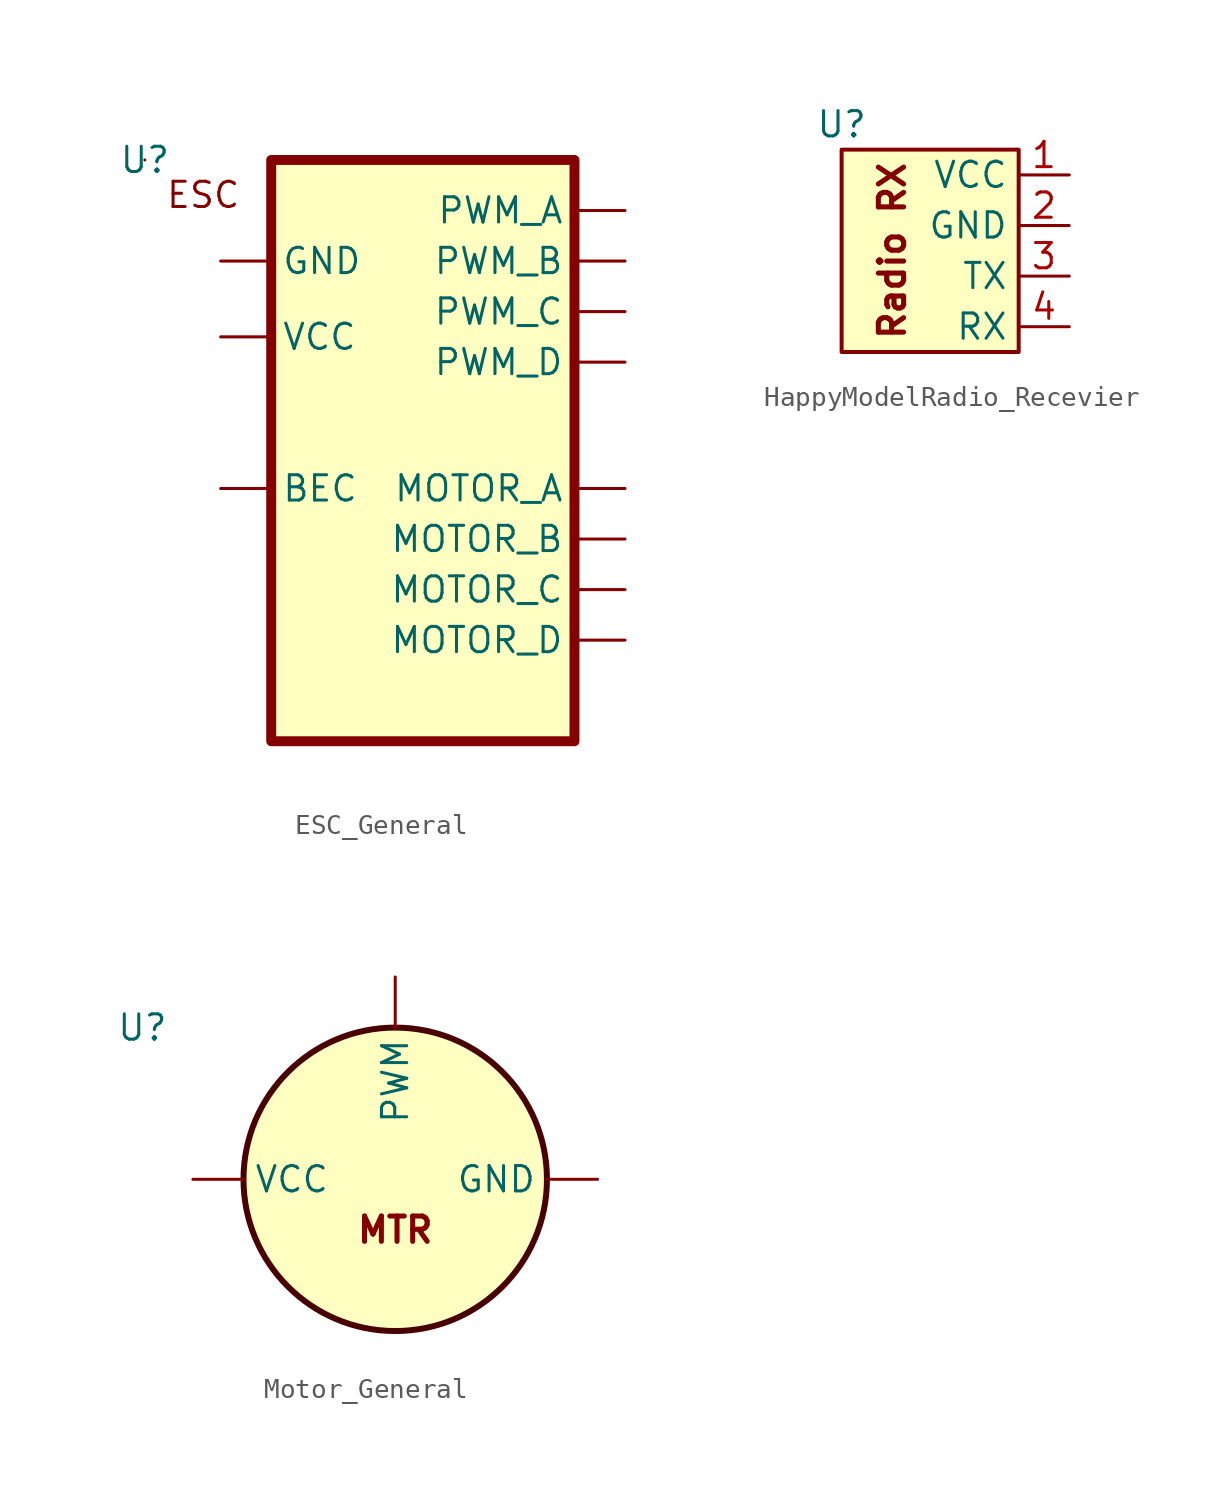
<source format=kicad_sym>
(kicad_symbol_lib
  (version 20220914)
  (generator kicad_symbol_editor)
  (symbol "ESC_General"
    (property "Reference" "U"
      (at -6.35 0 0)
      (effects (font (size 1.27 1.27))))
    (property "Value" ""
      (at 0 -5.08 0)
      (effects (font (size 1.27 1.27))))
    (symbol "ESC_General_0_0"
      (text_box "ESC" (at -6.35 0 0) (size 0 0) (stroke (width 0) (type default)) (fill (type none)) (effects (font (size 1.27 1.27)) (justify left top))))
    (symbol "ESC_General_1_1"
      (rectangle (start 0 0) (end 15.24 -29.21) (stroke (width 0.5) (type solid) (color 132 0 0 1)) (fill (type background)))
      (pin output line (at -2.54 -16.51 0) (length 2.54) (name "BEC" (effects (font (size 1.27 1.27)))) (number "" (effects (font (size 1.27 1.27)))))
      (pin bidirectional line (at -2.54 -5.08 0) (length 2.54) (name "GND" (effects (font (size 1.27 1.27)))) (number "" (effects (font (size 1.27 1.27)))))
      (pin output line (at 17.78 -16.51 180) (length 2.54) (name "MOTOR_A" (effects (font (size 1.27 1.27)))) (number "" (effects (font (size 1.27 1.27)))))
      (pin output line (at 17.78 -19.05 180) (length 2.54) (name "MOTOR_B" (effects (font (size 1.27 1.27)))) (number "" (effects (font (size 1.27 1.27)))))
      (pin output line (at 17.78 -21.59 180) (length 2.54) (name "MOTOR_C" (effects (font (size 1.27 1.27)))) (number "" (effects (font (size 1.27 1.27)))))
      (pin output line (at 17.78 -24.13 180) (length 2.54) (name "MOTOR_D" (effects (font (size 1.27 1.27)))) (number "" (effects (font (size 1.27 1.27)))))
      (pin input line (at 17.78 -2.54 180) (length 2.54) (name "PWM_A" (effects (font (size 1.27 1.27)))) (number "" (effects (font (size 1.27 1.27)))))
      (pin input line (at 17.78 -5.08 180) (length 2.54) (name "PWM_B" (effects (font (size 1.27 1.27)))) (number "" (effects (font (size 1.27 1.27)))))
      (pin input line (at 17.78 -7.62 180) (length 2.54) (name "PWM_C" (effects (font (size 1.27 1.27)))) (number "" (effects (font (size 1.27 1.27)))))
      (pin input line (at 17.78 -10.16 180) (length 2.54) (name "PWM_D" (effects (font (size 1.27 1.27)))) (number "" (effects (font (size 1.27 1.27)))))
      (pin power_in line (at -2.54 -8.89 0) (length 2.54) (name "VCC" (effects (font (size 1.27 1.27)))) (number "" (effects (font (size 1.27 1.27)))))))
  (symbol "HappyModelRadio_Recevier"
    (property "Reference" "U"
      (at 0 1.27 0)
      (effects (font (size 1.27 1.27))))
    (property "Value" ""
      (at 0 0 0)
      (effects (font (size 1.27 1.27))))
    (symbol "HappyModelRadio_Recevier_1_1"
      (rectangle (start 0 0) (end 8.89 -10.16) (stroke (width 0.2) (type default)) (fill (type background)))
      (text "Radio RX" (at 2.54 -5.08 900) (effects (font (size 1.27 1.27) bold)))
      (pin power_in line (at 11.43 -1.27 180) (length 2.54) (name "VCC" (effects (font (size 1.27 1.27)))) (number "1" (effects (font (size 1.27 1.27)))))
      (pin power_in line (at 11.43 -3.81 180) (length 2.54) (name "GND" (effects (font (size 1.27 1.27)))) (number "2" (effects (font (size 1.27 1.27)))))
      (pin bidirectional line (at 11.43 -6.35 180) (length 2.54) (name "TX" (effects (font (size 1.27 1.27)))) (number "3" (effects (font (size 1.27 1.27)))))
      (pin bidirectional line (at 11.43 -8.89 180) (length 2.54) (name "RX" (effects (font (size 1.27 1.27)))) (number "4" (effects (font (size 1.27 1.27)))))))
  (symbol "Motor_General"
    (property "Reference" "U"
      (at -10.16 5.08 0)
      (effects (font (size 1.27 1.27))))
    (property "Value" ""
      (at 0 0 0)
      (effects (font (size 1.27 1.27))))
    (symbol "Motor_General_1_1"
      (circle (center 2.54 -2.54) (radius 7.62) (stroke (width 0.3) (type default) (color 72 0 0 1)) (fill (type background)))
      (text "MTR" (at 2.54 -5.08 0) (effects (font (size 1.27 1.27) bold)))
      (pin bidirectional line (at 12.7 -2.54 180) (length 2.54) (name "GND" (effects (font (size 1.27 1.27)))) (number "" (effects (font (size 1.27 1.27)))))
      (pin input line (at 2.54 7.62 270) (length 2.54) (name "PWM" (effects (font (size 1.27 1.27)))) (number "" (effects (font (size 1.27 1.27)))))
      (pin power_in line (at -7.62 -2.54 0) (length 2.54) (name "VCC" (effects (font (size 1.27 1.27)))) (number "" (effects (font (size 1.27 1.27))))))))
</source>
